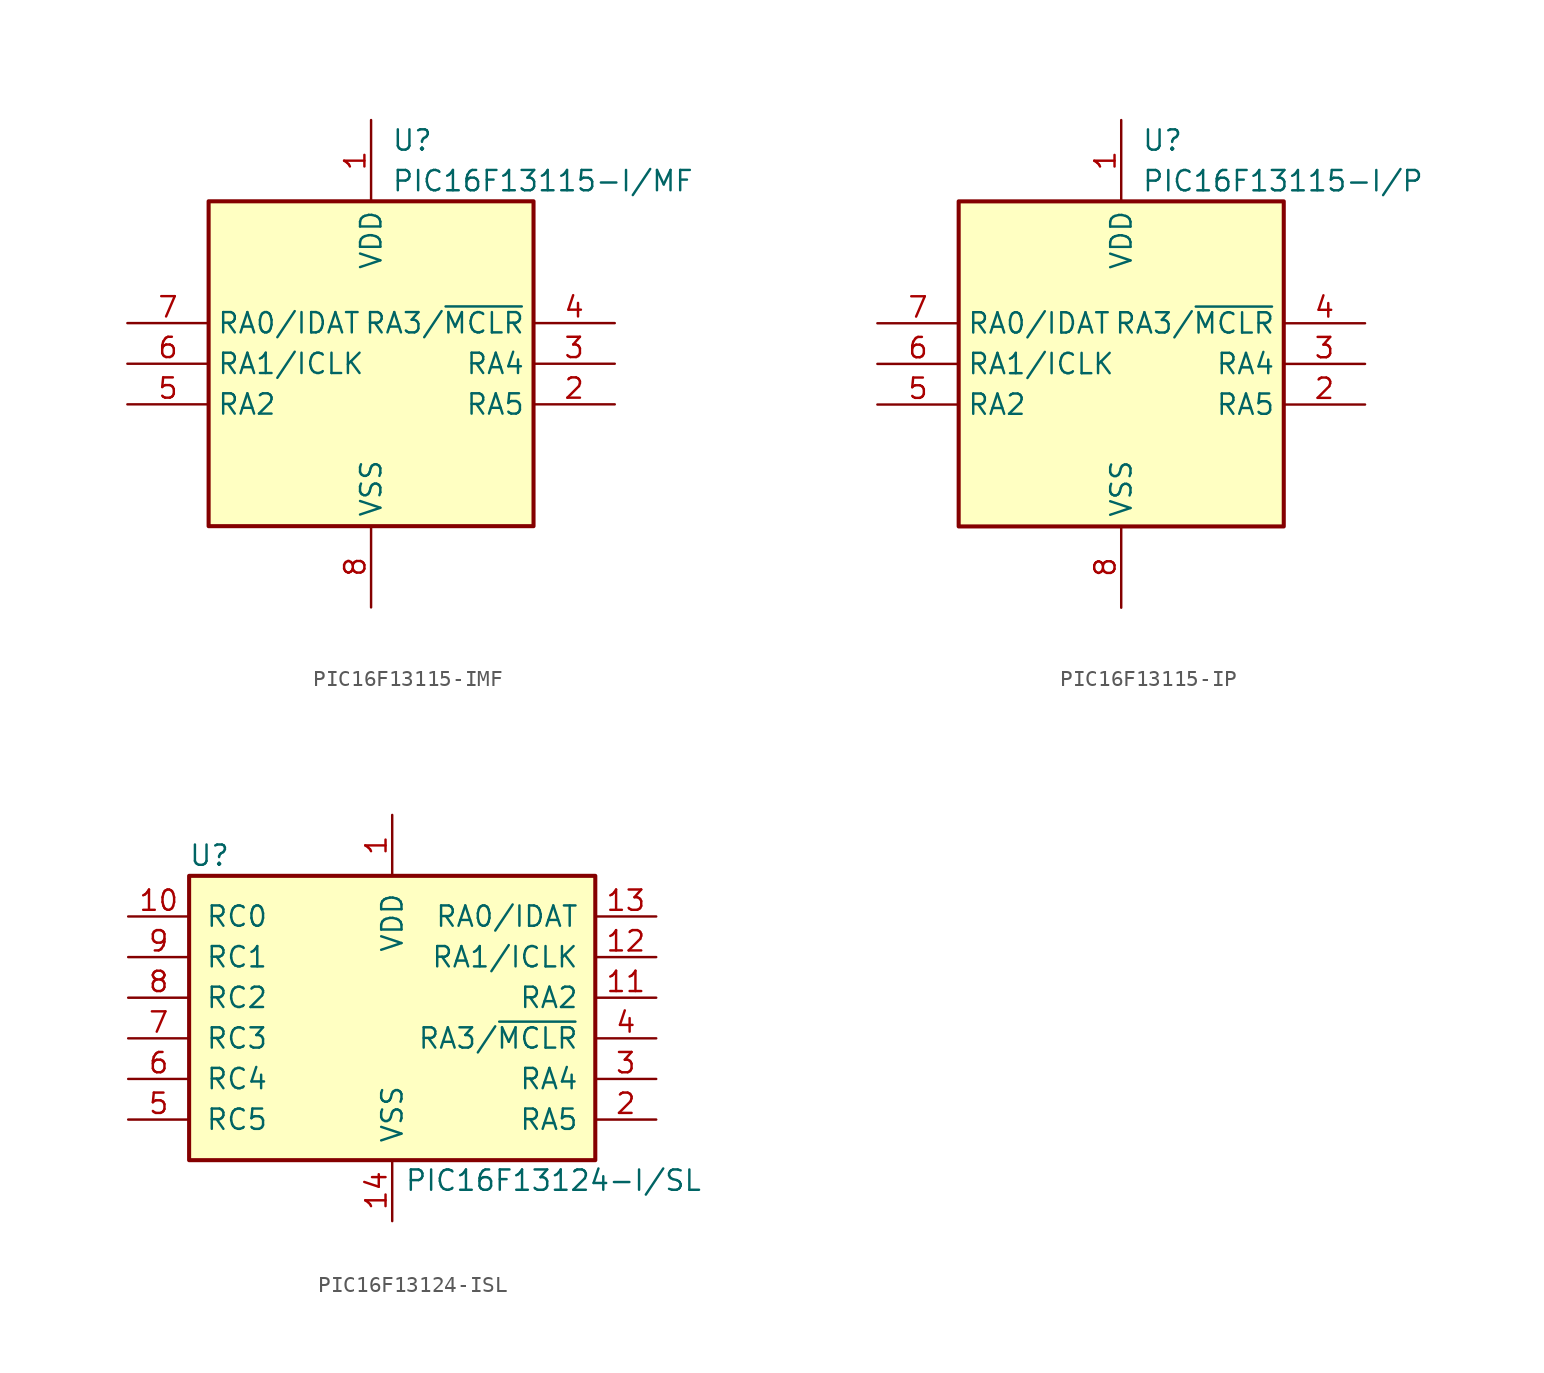
<source format=kicad_sym>
(kicad_symbol_lib
  (version 20241209)
  (generator "kicad_symbol_editor")
  (generator_version "9.0")
  (symbol "PIC16F13115-IMF"
    (property "Reference" "U"
      (at 1.27 13.97 0)
      (effects (font (size 1.27 1.27)) (justify left)))
    (property "Value" "PIC16F13115-I/MF"
      (at 1.27 11.43 0)
      (effects (font (size 1.27 1.27)) (justify left)))
    (symbol "PIC16F13115-IMF_1_1"
      (rectangle (start -10.16 10.16) (end 10.16 -10.16) (stroke (width 0.254) (type default)) (fill (type background)))
      (pin bidirectional line (at -15.24 2.54 0) (length 5.08) (name "RA0/IDAT" (effects (font (size 1.27 1.27)))) (number "7" (effects (font (size 1.27 1.27)))))
      (pin bidirectional line (at -15.24 0 0) (length 5.08) (name "RA1/ICLK" (effects (font (size 1.27 1.27)))) (number "6" (effects (font (size 1.27 1.27)))))
      (pin bidirectional line (at -15.24 -2.54 0) (length 5.08) (name "RA2" (effects (font (size 1.27 1.27)))) (number "5" (effects (font (size 1.27 1.27)))))
      (pin no_connect line (at -3.81 -12.7 90) (length 2.54) (hide yes) (name "N.C." (effects (font (size 1.27 1.27)))) (number "9" (effects (font (size 1.27 1.27)))))
      (pin power_in line (at 0 15.24 270) (length 5.08) (name "VDD" (effects (font (size 1.27 1.27)))) (number "1" (effects (font (size 1.27 1.27)))))
      (pin power_in line (at 0 -15.24 90) (length 5.08) (name "VSS" (effects (font (size 1.27 1.27)))) (number "8" (effects (font (size 1.27 1.27)))))
      (pin input line (at 15.24 2.54 180) (length 5.08) (name "RA3/~{MCLR}" (effects (font (size 1.27 1.27)))) (number "4" (effects (font (size 1.27 1.27)))))
      (pin bidirectional line (at 15.24 0 180) (length 5.08) (name "RA4" (effects (font (size 1.27 1.27)))) (number "3" (effects (font (size 1.27 1.27)))))
      (pin bidirectional line (at 15.24 -2.54 180) (length 5.08) (name "RA5" (effects (font (size 1.27 1.27)))) (number "2" (effects (font (size 1.27 1.27)))))))
  (symbol "PIC16F13115-IP"
    (property "Reference" "U"
      (at 1.27 13.97 0)
      (effects (font (size 1.27 1.27)) (justify left)))
    (property "Value" "PIC16F13115-I/P"
      (at 1.27 11.43 0)
      (effects (font (size 1.27 1.27)) (justify left)))
    (symbol "PIC16F13115-IP_1_1"
      (rectangle (start -10.16 10.16) (end 10.16 -10.16) (stroke (width 0.254) (type default)) (fill (type background)))
      (pin bidirectional line (at -15.24 2.54 0) (length 5.08) (name "RA0/IDAT" (effects (font (size 1.27 1.27)))) (number "7" (effects (font (size 1.27 1.27)))))
      (pin bidirectional line (at -15.24 0 0) (length 5.08) (name "RA1/ICLK" (effects (font (size 1.27 1.27)))) (number "6" (effects (font (size 1.27 1.27)))))
      (pin bidirectional line (at -15.24 -2.54 0) (length 5.08) (name "RA2" (effects (font (size 1.27 1.27)))) (number "5" (effects (font (size 1.27 1.27)))))
      (pin power_in line (at 0 15.24 270) (length 5.08) (name "VDD" (effects (font (size 1.27 1.27)))) (number "1" (effects (font (size 1.27 1.27)))))
      (pin power_in line (at 0 -15.24 90) (length 5.08) (name "VSS" (effects (font (size 1.27 1.27)))) (number "8" (effects (font (size 1.27 1.27)))))
      (pin input line (at 15.24 2.54 180) (length 5.08) (name "RA3/~{MCLR}" (effects (font (size 1.27 1.27)))) (number "4" (effects (font (size 1.27 1.27)))))
      (pin bidirectional line (at 15.24 0 180) (length 5.08) (name "RA4" (effects (font (size 1.27 1.27)))) (number "3" (effects (font (size 1.27 1.27)))))
      (pin bidirectional line (at 15.24 -2.54 180) (length 5.08) (name "RA5" (effects (font (size 1.27 1.27)))) (number "2" (effects (font (size 1.27 1.27)))))))
  (symbol "PIC16F13124-ISL"
    (pin_names
      (offset 1.016))
    (property "Reference" "U"
      (at -11.43 3.81 0)
      (effects (font (size 1.27 1.27))))
    (property "Value" "PIC16F13124-I/SL"
      (at 0.762 -16.51 0)
      (effects (font (size 1.27 1.27)) (justify left)))
    (symbol "PIC16F13124-ISL_1_0"
      (rectangle (start -12.7 2.54) (end 12.7 -15.24) (stroke (width 0.254) (type solid)) (fill (type background))))
    (symbol "PIC16F13124-ISL_1_1"
      (pin bidirectional line (at -16.51 0 0) (length 3.81) (name "RC0" (effects (font (size 1.27 1.27)))) (number "10" (effects (font (size 1.27 1.27)))))
      (pin bidirectional line (at -16.51 -2.54 0) (length 3.81) (name "RC1" (effects (font (size 1.27 1.27)))) (number "9" (effects (font (size 1.27 1.27)))))
      (pin bidirectional line (at -16.51 -5.08 0) (length 3.81) (name "RC2" (effects (font (size 1.27 1.27)))) (number "8" (effects (font (size 1.27 1.27)))))
      (pin bidirectional line (at -16.51 -7.62 0) (length 3.81) (name "RC3" (effects (font (size 1.27 1.27)))) (number "7" (effects (font (size 1.27 1.27)))))
      (pin bidirectional line (at -16.51 -10.16 0) (length 3.81) (name "RC4" (effects (font (size 1.27 1.27)))) (number "6" (effects (font (size 1.27 1.27)))))
      (pin bidirectional line (at -16.51 -12.7 0) (length 3.81) (name "RC5" (effects (font (size 1.27 1.27)))) (number "5" (effects (font (size 1.27 1.27)))))
      (pin passive line (at 0 6.35 270) (length 3.81) (name "VDD" (effects (font (size 1.27 1.27)))) (number "1" (effects (font (size 1.27 1.27)))))
      (pin passive line (at 0 -19.05 90) (length 3.81) (name "VSS" (effects (font (size 1.27 1.27)))) (number "14" (effects (font (size 1.27 1.27)))))
      (pin bidirectional line (at 16.51 0 180) (length 3.81) (name "RA0/IDAT" (effects (font (size 1.27 1.27)))) (number "13" (effects (font (size 1.27 1.27)))))
      (pin bidirectional line (at 16.51 -2.54 180) (length 3.81) (name "RA1/ICLK" (effects (font (size 1.27 1.27)))) (number "12" (effects (font (size 1.27 1.27)))))
      (pin bidirectional line (at 16.51 -5.08 180) (length 3.81) (name "RA2" (effects (font (size 1.27 1.27)))) (number "11" (effects (font (size 1.27 1.27)))))
      (pin input line (at 16.51 -7.62 180) (length 3.81) (name "RA3/~{MCLR}" (effects (font (size 1.27 1.27)))) (number "4" (effects (font (size 1.27 1.27)))))
      (pin bidirectional line (at 16.51 -10.16 180) (length 3.81) (name "RA4" (effects (font (size 1.27 1.27)))) (number "3" (effects (font (size 1.27 1.27)))))
      (pin bidirectional line (at 16.51 -12.7 180) (length 3.81) (name "RA5" (effects (font (size 1.27 1.27)))) (number "2" (effects (font (size 1.27 1.27))))))))
</source>
